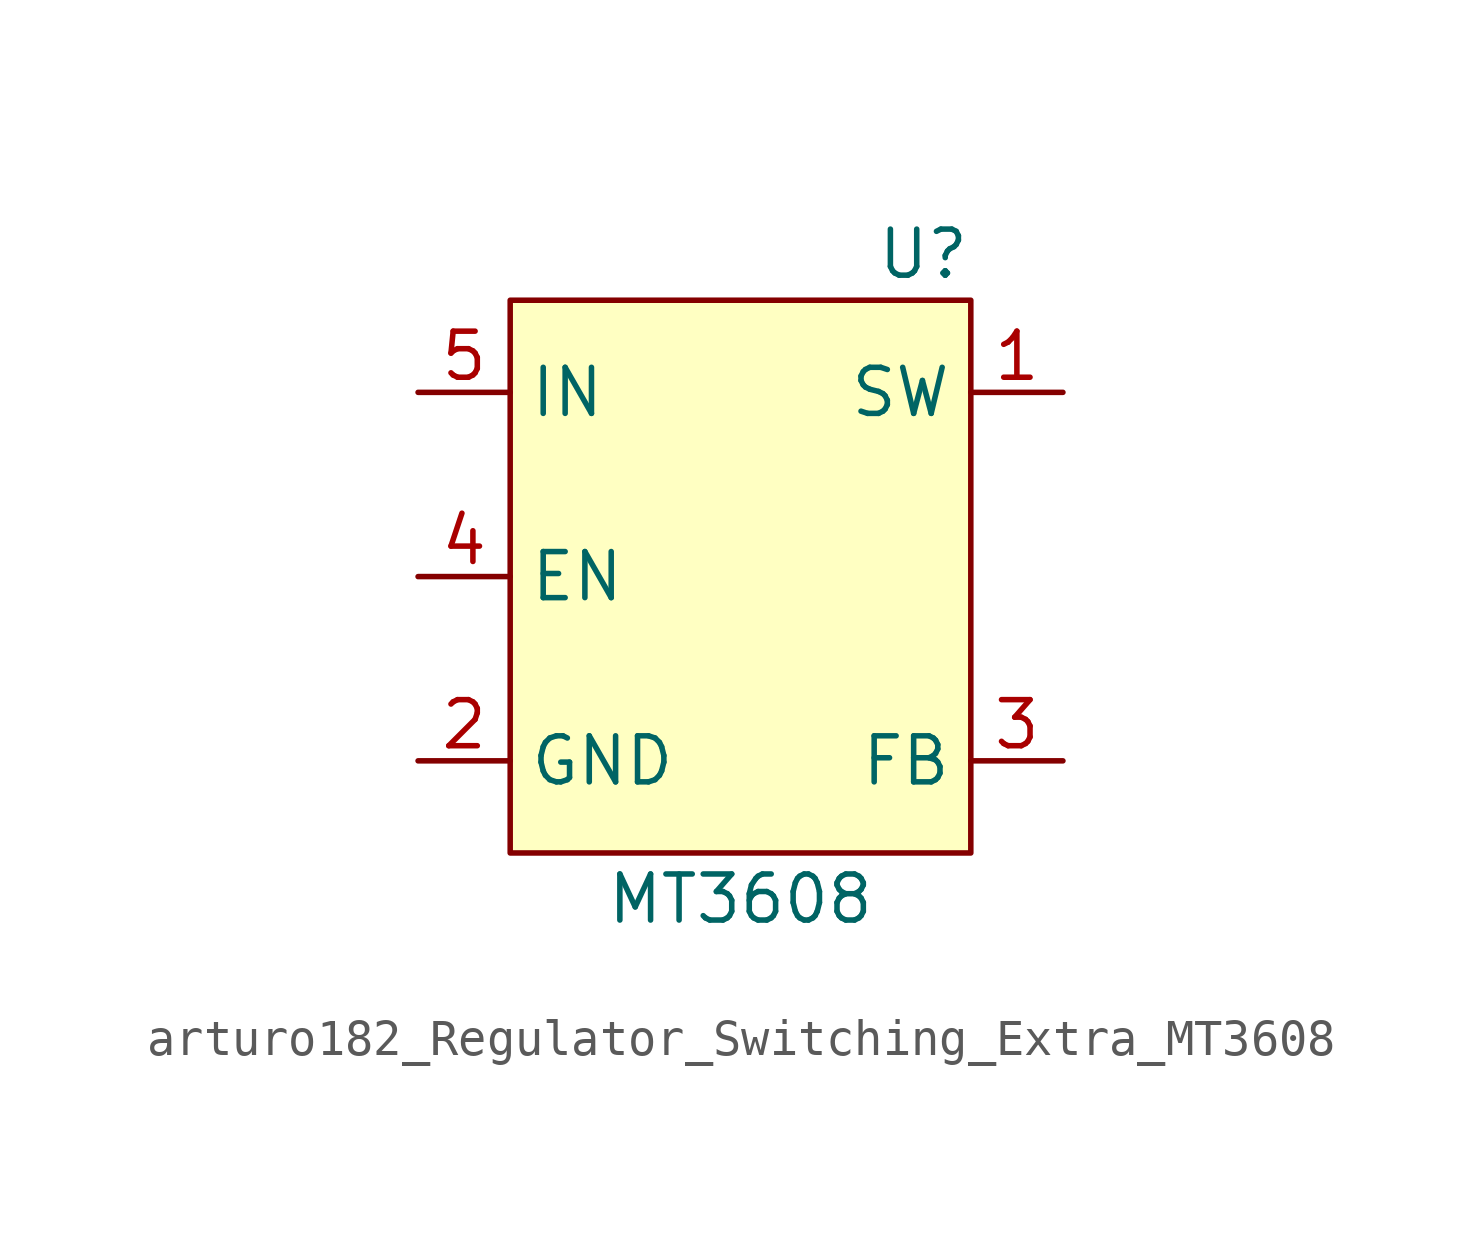
<source format=kicad_sym>
(kicad_symbol_lib
  (version 20220914)
  (generator kicad_symbol_editor)
  (symbol "Regulator_Switching_Extra:arturo182_Regulator_Switching_Extra_MT3608"
    (property "Reference" "U"
      (at 6.35 8.89 0)
      (effects (font (size 1.27 1.27)) (justify right)))
    (property "Value" "MT3608"
      (at 0 -8.89 0)
      (effects (font (size 1.27 1.27))))
    (symbol "arturo182_Regulator_Switching_Extra_MT3608_0_1"
      (rectangle (start -6.35 7.62) (end 6.35 -7.62) (stroke (width 0)) (fill (type background))))
    (symbol "arturo182_Regulator_Switching_Extra_MT3608_1_1"
      (pin power_out line (at 8.89 5.08 180) (length 2.54) (name "SW" (effects (font (size 1.27 1.27)))) (number "1" (effects (font (size 1.27 1.27)))))
      (pin power_in line (at -8.89 -5.08 0) (length 2.54) (name "GND" (effects (font (size 1.27 1.27)))) (number "2" (effects (font (size 1.27 1.27)))))
      (pin input line (at 8.89 -5.08 180) (length 2.54) (name "FB" (effects (font (size 1.27 1.27)))) (number "3" (effects (font (size 1.27 1.27)))))
      (pin input line (at -8.89 0 0) (length 2.54) (name "EN" (effects (font (size 1.27 1.27)))) (number "4" (effects (font (size 1.27 1.27)))))
      (pin power_in line (at -8.89 5.08 0) (length 2.54) (name "IN" (effects (font (size 1.27 1.27)))) (number "5" (effects (font (size 1.27 1.27))))))))
</source>
